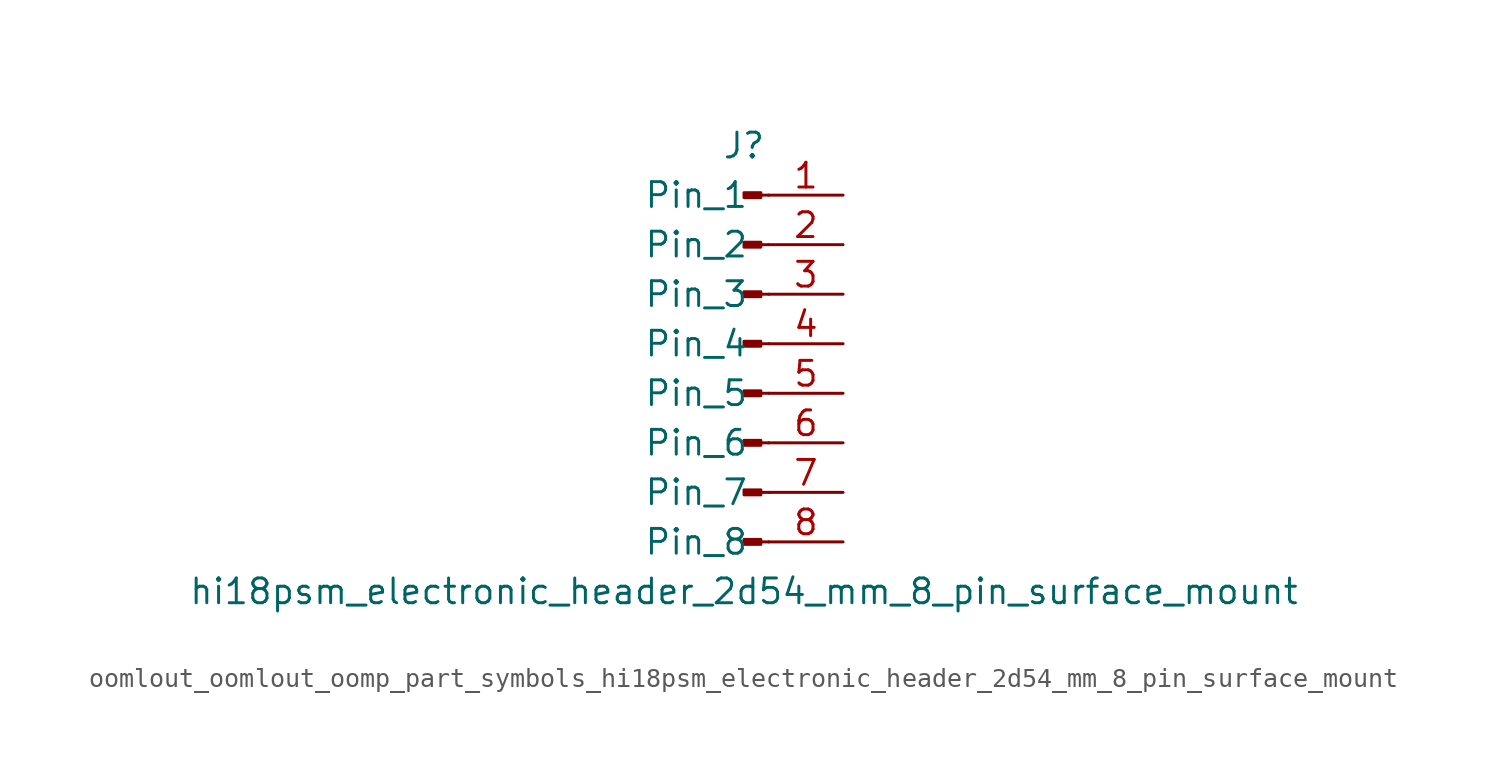
<source format=kicad_sym>
(kicad_symbol_lib
  (version 20220914)
  (generator kicad_symbol_editor)
  (symbol "oomlout_oomlout_oomp_part_symbols_hi18psm_electronic_header_2d54_mm_8_pin_surface_mount"
    (pin_names
      (offset 1.016))
    (property "Reference" "J"
      (at 0 10.16 0)
      (effects (font (size 1.27 1.27))))
    (property "Value" "hi18psm_electronic_header_2d54_mm_8_pin_surface_mount"
      (at 0 -12.7 0)
      (effects (font (size 1.27 1.27))))
    (property "ki_locked" ""
      (at 0 0 0)
      (effects (font (size 1.27 1.27))))
    (symbol "oomlout_oomlout_oomp_part_symbols_hi18psm_electronic_header_2d54_mm_8_pin_surface_mount_1_1"
      (polyline (pts (xy 1.27 -10.16) (xy 0.864 -10.16)) (stroke (width 0.152) (type default)) (fill (type none)))
      (polyline (pts (xy 1.27 -7.62) (xy 0.864 -7.62)) (stroke (width 0.152) (type default)) (fill (type none)))
      (polyline (pts (xy 1.27 -5.08) (xy 0.864 -5.08)) (stroke (width 0.152) (type default)) (fill (type none)))
      (polyline (pts (xy 1.27 -2.54) (xy 0.864 -2.54)) (stroke (width 0.152) (type default)) (fill (type none)))
      (polyline (pts (xy 1.27 0) (xy 0.864 0)) (stroke (width 0.152) (type default)) (fill (type none)))
      (polyline (pts (xy 1.27 2.54) (xy 0.864 2.54)) (stroke (width 0.152) (type default)) (fill (type none)))
      (polyline (pts (xy 1.27 5.08) (xy 0.864 5.08)) (stroke (width 0.152) (type default)) (fill (type none)))
      (polyline (pts (xy 1.27 7.62) (xy 0.864 7.62)) (stroke (width 0.152) (type default)) (fill (type none)))
      (rectangle (start 0.864 -10.033) (end 0 -10.287) (stroke (width 0.152) (type default)) (fill (type outline)))
      (rectangle (start 0.864 -7.493) (end 0 -7.747) (stroke (width 0.152) (type default)) (fill (type outline)))
      (rectangle (start 0.864 -4.953) (end 0 -5.207) (stroke (width 0.152) (type default)) (fill (type outline)))
      (rectangle (start 0.864 -2.413) (end 0 -2.667) (stroke (width 0.152) (type default)) (fill (type outline)))
      (rectangle (start 0.864 0.127) (end 0 -0.127) (stroke (width 0.152) (type default)) (fill (type outline)))
      (rectangle (start 0.864 2.667) (end 0 2.413) (stroke (width 0.152) (type default)) (fill (type outline)))
      (rectangle (start 0.864 5.207) (end 0 4.953) (stroke (width 0.152) (type default)) (fill (type outline)))
      (rectangle (start 0.864 7.747) (end 0 7.493) (stroke (width 0.152) (type default)) (fill (type outline)))
      (pin passive line (at 5.08 7.62 180) (length 3.81) (name "Pin_1" (effects (font (size 1.27 1.27)))) (number "1" (effects (font (size 1.27 1.27)))))
      (pin passive line (at 5.08 5.08 180) (length 3.81) (name "Pin_2" (effects (font (size 1.27 1.27)))) (number "2" (effects (font (size 1.27 1.27)))))
      (pin passive line (at 5.08 2.54 180) (length 3.81) (name "Pin_3" (effects (font (size 1.27 1.27)))) (number "3" (effects (font (size 1.27 1.27)))))
      (pin passive line (at 5.08 0 180) (length 3.81) (name "Pin_4" (effects (font (size 1.27 1.27)))) (number "4" (effects (font (size 1.27 1.27)))))
      (pin passive line (at 5.08 -2.54 180) (length 3.81) (name "Pin_5" (effects (font (size 1.27 1.27)))) (number "5" (effects (font (size 1.27 1.27)))))
      (pin passive line (at 5.08 -5.08 180) (length 3.81) (name "Pin_6" (effects (font (size 1.27 1.27)))) (number "6" (effects (font (size 1.27 1.27)))))
      (pin passive line (at 5.08 -7.62 180) (length 3.81) (name "Pin_7" (effects (font (size 1.27 1.27)))) (number "7" (effects (font (size 1.27 1.27)))))
      (pin passive line (at 5.08 -10.16 180) (length 3.81) (name "Pin_8" (effects (font (size 1.27 1.27)))) (number "8" (effects (font (size 1.27 1.27))))))))
</source>
